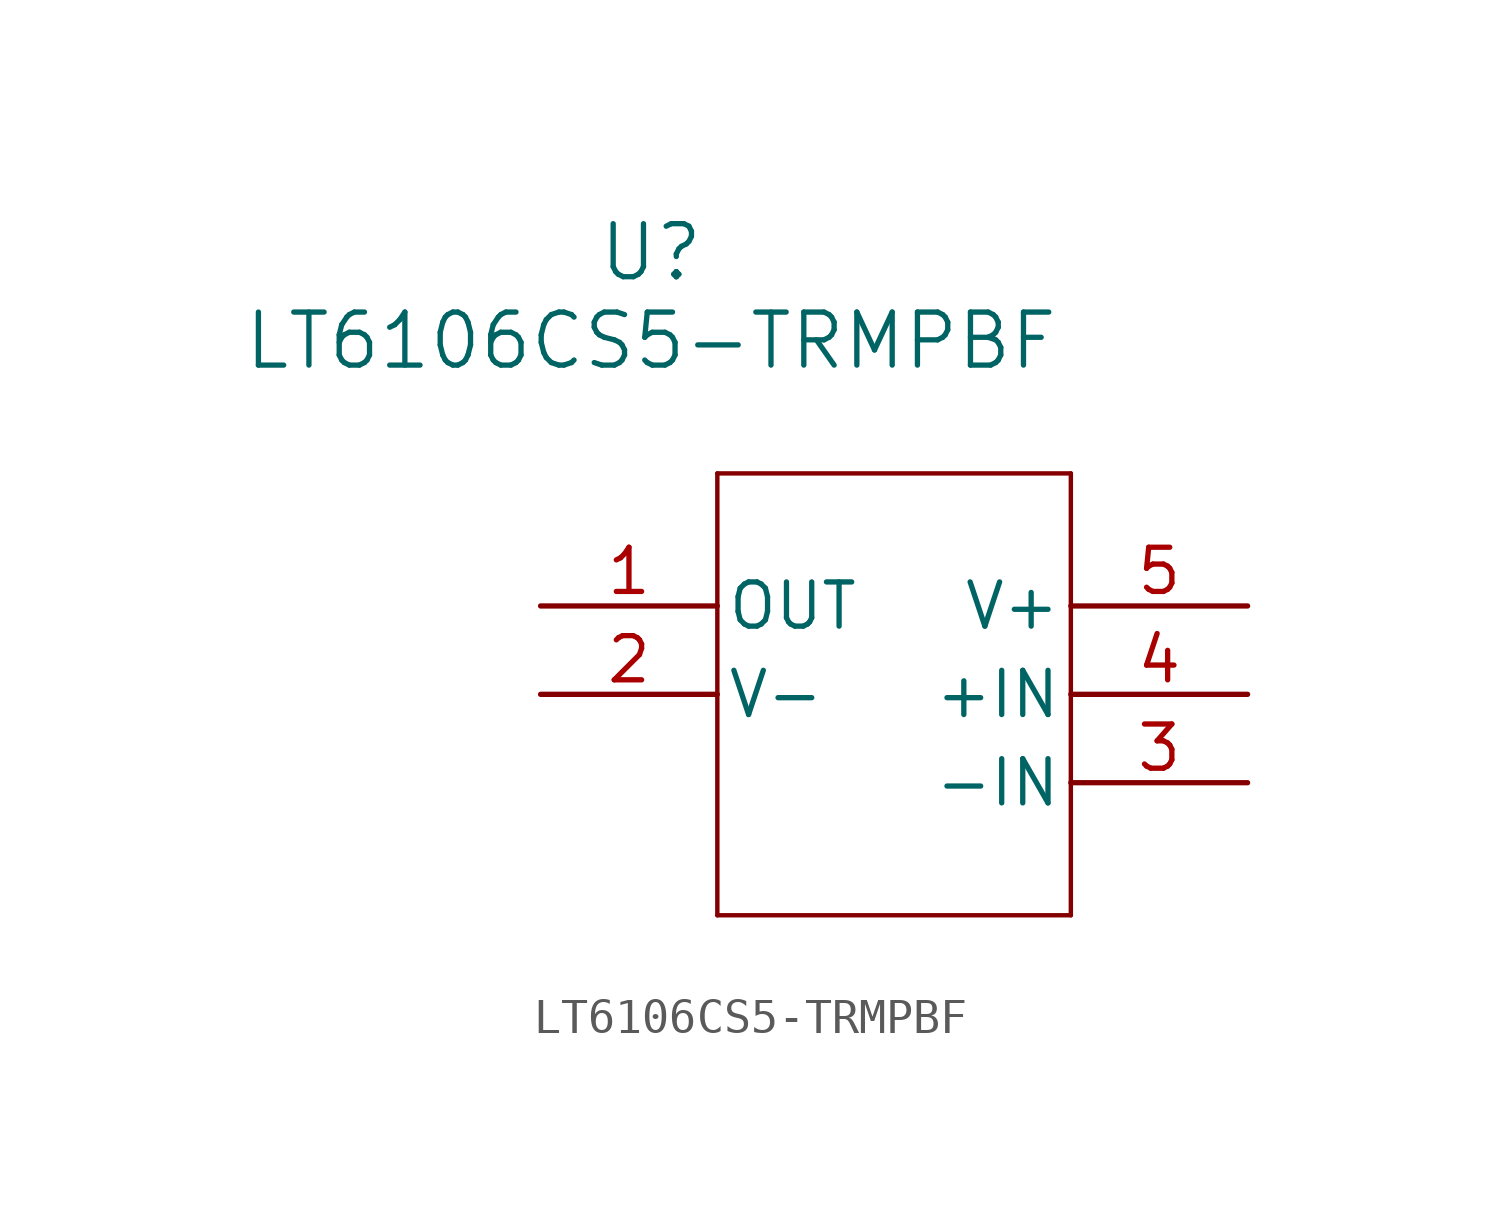
<source format=kicad_sym>
(kicad_symbol_lib
  (version 20220914)
  (generator kicad_symbol_editor)
  (symbol "LT6106CS5-TRMPBF"
    (pin_names
      (offset 0.254))
    (property "Reference" "U"
      (at 3.175 10.16 0)
      (effects (font (size 1.524 1.524))))
    (property "Value" "LT6106CS5-TRMPBF"
      (at 3.175 7.62 0)
      (effects (font (size 1.524 1.524))))
    (property "ki_locked" ""
      (at 0 0 0)
      (effects (font (size 1.27 1.27))))
    (symbol "LT6106CS5-TRMPBF_0_1"
      (polyline (pts (xy 5.08 -8.89) (xy 15.24 -8.89)) (stroke (width 0.127) (type default)) (fill (type none)))
      (polyline (pts (xy 5.08 3.81) (xy 5.08 -8.89)) (stroke (width 0.127) (type default)) (fill (type none)))
      (polyline (pts (xy 15.24 -8.89) (xy 15.24 3.81)) (stroke (width 0.127) (type default)) (fill (type none)))
      (polyline (pts (xy 15.24 3.81) (xy 5.08 3.81)) (stroke (width 0.127) (type default)) (fill (type none))))
    (symbol "LT6106CS5-TRMPBF_1_1"
      (pin output line (at 0 0 0) (length 5.08) (name "OUT" (effects (font (size 1.27 1.27)))) (number "1" (effects (font (size 1.27 1.27)))))
      (pin power_in line (at 0 -2.54 0) (length 5.08) (name "V-" (effects (font (size 1.27 1.27)))) (number "2" (effects (font (size 1.27 1.27)))))
      (pin input line (at 20.32 -5.08 180) (length 5.08) (name "-IN" (effects (font (size 1.27 1.27)))) (number "3" (effects (font (size 1.27 1.27)))))
      (pin input line (at 20.32 -2.54 180) (length 5.08) (name "+IN" (effects (font (size 1.27 1.27)))) (number "4" (effects (font (size 1.27 1.27)))))
      (pin power_in line (at 20.32 0 180) (length 5.08) (name "V+" (effects (font (size 1.27 1.27)))) (number "5" (effects (font (size 1.27 1.27))))))))
</source>
